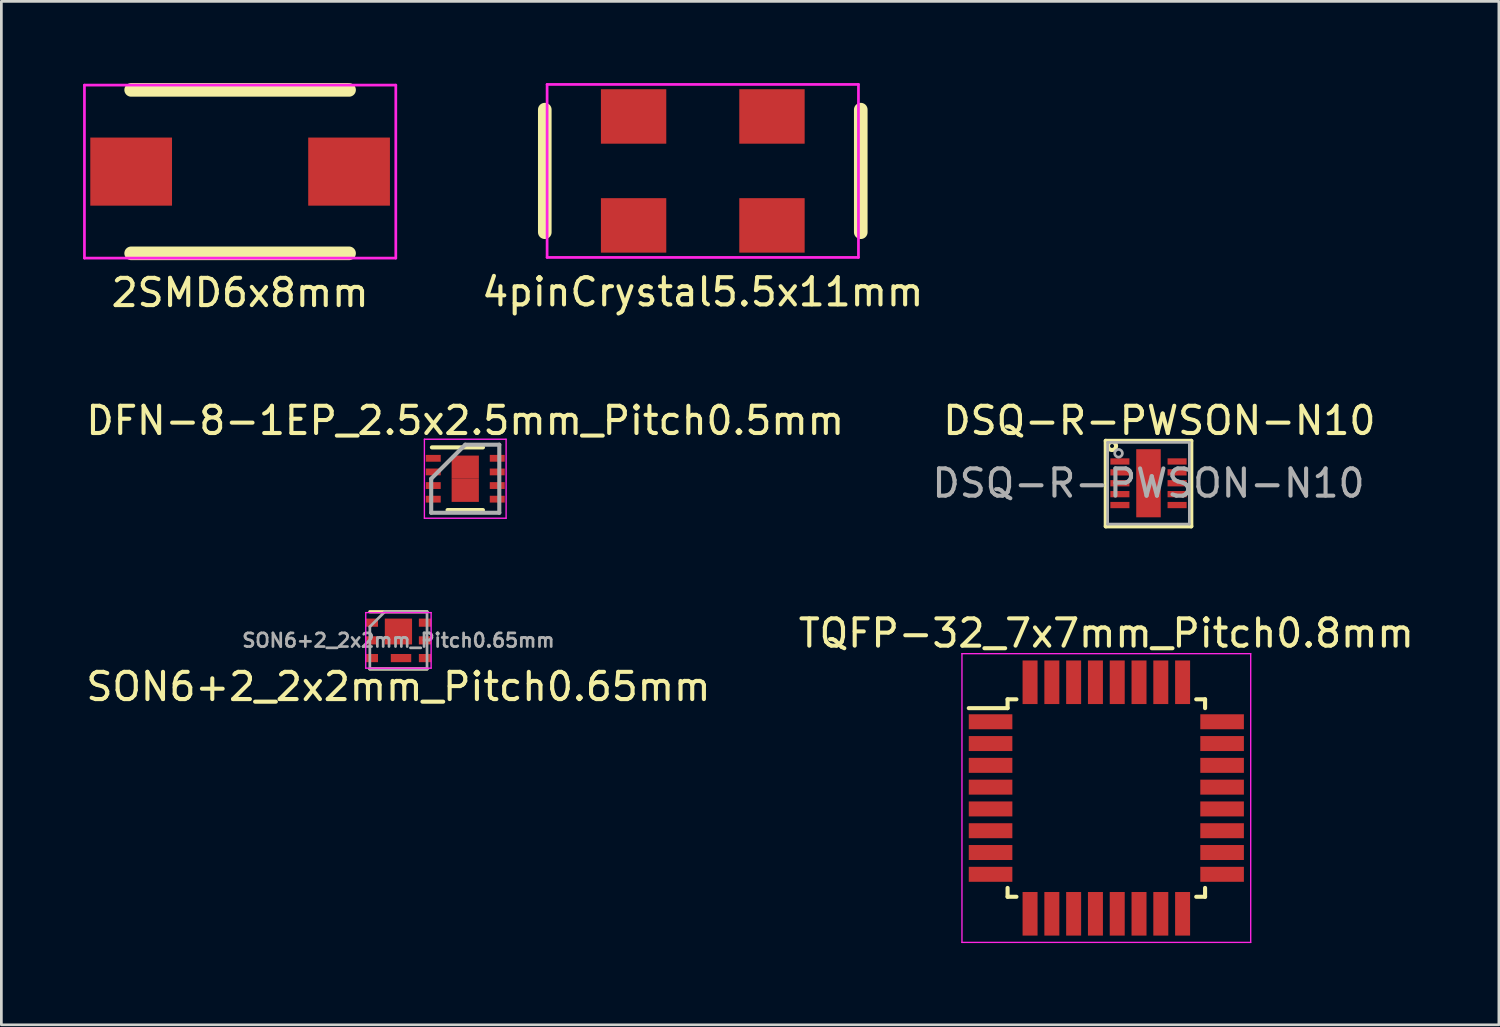
<source format=kicad_pcb>
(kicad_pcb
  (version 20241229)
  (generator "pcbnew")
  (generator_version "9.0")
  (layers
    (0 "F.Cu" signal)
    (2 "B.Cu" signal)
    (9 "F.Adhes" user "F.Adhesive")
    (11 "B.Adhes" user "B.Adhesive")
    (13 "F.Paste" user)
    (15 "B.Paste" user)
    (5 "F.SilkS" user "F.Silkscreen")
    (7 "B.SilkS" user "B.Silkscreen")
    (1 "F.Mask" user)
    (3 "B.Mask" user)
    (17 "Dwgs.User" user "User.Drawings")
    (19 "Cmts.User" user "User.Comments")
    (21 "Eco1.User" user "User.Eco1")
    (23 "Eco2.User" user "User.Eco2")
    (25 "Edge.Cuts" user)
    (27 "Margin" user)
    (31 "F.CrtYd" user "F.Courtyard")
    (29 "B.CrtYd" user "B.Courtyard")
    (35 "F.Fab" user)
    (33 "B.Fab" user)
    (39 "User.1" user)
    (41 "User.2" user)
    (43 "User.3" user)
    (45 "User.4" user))
  (footprint "TQFP-32_7x7mm_Pitch0.8mm"
    (layer "F.Cu")
    (at 37.565 26.247)
    (property "Reference" "TQFP-32_7x7mm_Pitch0.8mm" (at 0 -6.05 0) (layer "F.SilkS") (effects (font (size 1 1) (thickness 0.15))))
    (attr smd)
    (fp_line (start -3.625 -3.625) (end -3.625 -3.3) (stroke (width 0.15) (type solid)) (layer "F.SilkS"))
    (fp_line (start -3.625 -3.625) (end -3.3 -3.625) (stroke (width 0.15) (type solid)) (layer "F.SilkS"))
    (fp_line (start -3.625 -3.3) (end -5.05 -3.3) (stroke (width 0.15) (type solid)) (layer "F.SilkS"))
    (fp_line (start -3.625 3.625) (end -3.625 3.3) (stroke (width 0.15) (type solid)) (layer "F.SilkS"))
    (fp_line (start -3.625 3.625) (end -3.3 3.625) (stroke (width 0.15) (type solid)) (layer "F.SilkS"))
    (fp_line (start 3.625 -3.625) (end 3.3 -3.625) (stroke (width 0.15) (type solid)) (layer "F.SilkS"))
    (fp_line (start 3.625 -3.625) (end 3.625 -3.3) (stroke (width 0.15) (type solid)) (layer "F.SilkS"))
    (fp_line (start 3.625 3.625) (end 3.3 3.625) (stroke (width 0.15) (type solid)) (layer "F.SilkS"))
    (fp_line (start 3.625 3.625) (end 3.625 3.3) (stroke (width 0.15) (type solid)) (layer "F.SilkS"))
    (fp_line (start -5.3 -5.3) (end -5.3 5.3) (stroke (width 0.05) (type solid)) (layer "F.CrtYd"))
    (fp_line (start -5.3 -5.3) (end 5.3 -5.3) (stroke (width 0.05) (type solid)) (layer "F.CrtYd"))
    (fp_line (start -5.3 5.3) (end 5.3 5.3) (stroke (width 0.05) (type solid)) (layer "F.CrtYd"))
    (fp_line (start 5.3 -5.3) (end 5.3 5.3) (stroke (width 0.05) (type solid)) (layer "F.CrtYd"))
    (pad "1" smd rect (at -4.25 -2.8) (size 1.6 0.55) (layers "F.Cu" "F.Mask" "F.Paste"))
    (pad "2" smd rect (at -4.25 -2) (size 1.6 0.55) (layers "F.Cu" "F.Mask" "F.Paste"))
    (pad "3" smd rect (at -4.25 -1.2) (size 1.6 0.55) (layers "F.Cu" "F.Mask" "F.Paste"))
    (pad "4" smd rect (at -4.25 -0.4) (size 1.6 0.55) (layers "F.Cu" "F.Mask" "F.Paste"))
    (pad "5" smd rect (at -4.25 0.4) (size 1.6 0.55) (layers "F.Cu" "F.Mask" "F.Paste"))
    (pad "6" smd rect (at -4.25 1.2) (size 1.6 0.55) (layers "F.Cu" "F.Mask" "F.Paste"))
    (pad "7" smd rect (at -4.25 2) (size 1.6 0.55) (layers "F.Cu" "F.Mask" "F.Paste"))
    (pad "8" smd rect (at -4.25 2.8) (size 1.6 0.55) (layers "F.Cu" "F.Mask" "F.Paste"))
    (pad "9" smd rect (at -2.8 4.25 90) (size 1.6 0.55) (layers "F.Cu" "F.Mask" "F.Paste"))
    (pad "10" smd rect (at -2 4.25 90) (size 1.6 0.55) (layers "F.Cu" "F.Mask" "F.Paste"))
    (pad "11" smd rect (at -1.2 4.25 90) (size 1.6 0.55) (layers "F.Cu" "F.Mask" "F.Paste"))
    (pad "12" smd rect (at -0.4 4.25 90) (size 1.6 0.55) (layers "F.Cu" "F.Mask" "F.Paste"))
    (pad "13" smd rect (at 0.4 4.25 90) (size 1.6 0.55) (layers "F.Cu" "F.Mask" "F.Paste"))
    (pad "14" smd rect (at 1.2 4.25 90) (size 1.6 0.55) (layers "F.Cu" "F.Mask" "F.Paste"))
    (pad "15" smd rect (at 2 4.25 90) (size 1.6 0.55) (layers "F.Cu" "F.Mask" "F.Paste"))
    (pad "16" smd rect (at 2.8 4.25 90) (size 1.6 0.55) (layers "F.Cu" "F.Mask" "F.Paste"))
    (pad "17" smd rect (at 4.25 2.8) (size 1.6 0.55) (layers "F.Cu" "F.Mask" "F.Paste"))
    (pad "18" smd rect (at 4.25 2) (size 1.6 0.55) (layers "F.Cu" "F.Mask" "F.Paste"))
    (pad "19" smd rect (at 4.25 1.2) (size 1.6 0.55) (layers "F.Cu" "F.Mask" "F.Paste"))
    (pad "20" smd rect (at 4.25 0.4) (size 1.6 0.55) (layers "F.Cu" "F.Mask" "F.Paste"))
    (pad "21" smd rect (at 4.25 -0.4) (size 1.6 0.55) (layers "F.Cu" "F.Mask" "F.Paste"))
    (pad "22" smd rect (at 4.25 -1.2) (size 1.6 0.55) (layers "F.Cu" "F.Mask" "F.Paste"))
    (pad "23" smd rect (at 4.25 -2) (size 1.6 0.55) (layers "F.Cu" "F.Mask" "F.Paste"))
    (pad "24" smd rect (at 4.25 -2.8) (size 1.6 0.55) (layers "F.Cu" "F.Mask" "F.Paste"))
    (pad "25" smd rect (at 2.8 -4.25 90) (size 1.6 0.55) (layers "F.Cu" "F.Mask" "F.Paste"))
    (pad "26" smd rect (at 2 -4.25 90) (size 1.6 0.55) (layers "F.Cu" "F.Mask" "F.Paste"))
    (pad "27" smd rect (at 1.2 -4.25 90) (size 1.6 0.55) (layers "F.Cu" "F.Mask" "F.Paste"))
    (pad "28" smd rect (at 0.4 -4.25 90) (size 1.6 0.55) (layers "F.Cu" "F.Mask" "F.Paste"))
    (pad "29" smd rect (at -0.4 -4.25 90) (size 1.6 0.55) (layers "F.Cu" "F.Mask" "F.Paste"))
    (pad "30" smd rect (at -1.2 -4.25 90) (size 1.6 0.55) (layers "F.Cu" "F.Mask" "F.Paste"))
    (pad "31" smd rect (at -2 -4.25 90) (size 1.6 0.55) (layers "F.Cu" "F.Mask" "F.Paste"))
    (pad "32" smd rect (at -2.8 -4.25 90) (size 1.6 0.55) (layers "F.Cu" "F.Mask" "F.Paste")))
  (footprint "2SMD6x8mm"
    (layer "F.Cu")
    (at 5.765 3.25)
    (property "Reference" "2SMD6x8mm" (at 0 4.445 0) (layer "F.SilkS") (effects (font (size 1 1) (thickness 0.15))))
    (attr through_hole)
    (fp_line (start -4 -3) (end 4 -3) (stroke (width 0.5) (type solid)) (layer "F.SilkS"))
    (fp_line (start -4 3) (end 4 3) (stroke (width 0.5) (type solid)) (layer "F.SilkS"))
    (fp_line (start -5.715 -3.175) (end 5.715 -3.175) (stroke (width 0.1) (type solid)) (layer "F.CrtYd"))
    (fp_line (start -5.715 3.175) (end -5.715 -3.175) (stroke (width 0.1) (type solid)) (layer "F.CrtYd"))
    (fp_line (start 5.715 -3.175) (end 5.715 3.175) (stroke (width 0.1) (type solid)) (layer "F.CrtYd"))
    (fp_line (start 5.715 3.175) (end -5.715 3.175) (stroke (width 0.1) (type solid)) (layer "F.CrtYd"))
    (pad "1" smd rect (at 4 0) (size 3 2.5) (layers "F.Cu" "F.Mask" "F.Paste"))
    (pad "2" smd rect (at -4 0) (size 3 2.5) (layers "F.Cu" "F.Mask" "F.Paste")))
  (footprint "DFN-8-1EP_2.5x2.5mm_Pitch0.5mm"
    (layer "F.Cu")
    (at 14.03 14.525)
    (property "Reference" "DFN-8-1EP_2.5x2.5mm_Pitch0.5mm" (at 0 -2.134 0) (layer "F.SilkS") (effects (font (size 1 1) (thickness 0.15))))
    (attr smd)
    (fp_line (start -1.225 -1.15) (end 0.65 -1.15) (stroke (width 0.15) (type solid)) (layer "F.SilkS"))
    (fp_line (start -0.65 1.15) (end 0.65 1.15) (stroke (width 0.15) (type solid)) (layer "F.SilkS"))
    (fp_line (start -1.5 -1.45) (end -1.5 1.45) (stroke (width 0.05) (type solid)) (layer "F.CrtYd"))
    (fp_line (start -1.5 -1.45) (end 1.5 -1.45) (stroke (width 0.05) (type solid)) (layer "F.CrtYd"))
    (fp_line (start -1.5 1.45) (end 1.5 1.45) (stroke (width 0.05) (type solid)) (layer "F.CrtYd"))
    (fp_line (start 1.5 -1.45) (end 1.5 1.45) (stroke (width 0.05) (type solid)) (layer "F.CrtYd"))
    (fp_line (start -1.25 0) (end 0 -1.25) (stroke (width 0.15) (type solid)) (layer "F.Fab"))
    (fp_line (start -1.25 1.25) (end -1.25 0) (stroke (width 0.15) (type solid)) (layer "F.Fab"))
    (fp_line (start 0 -1.25) (end 1.25 -1.25) (stroke (width 0.15) (type solid)) (layer "F.Fab"))
    (fp_line (start 1.25 -1.25) (end 1.25 1.25) (stroke (width 0.15) (type solid)) (layer "F.Fab"))
    (fp_line (start 1.25 1.25) (end -1.25 1.25) (stroke (width 0.15) (type solid)) (layer "F.Fab"))
    (pad "1" smd rect (at -1.175 -0.75) (size 0.55 0.25) (layers "F.Cu" "F.Mask" "F.Paste"))
    (pad "2" smd rect (at -1.175 -0.25) (size 0.55 0.25) (layers "F.Cu" "F.Mask" "F.Paste"))
    (pad "3" smd rect (at -1.175 0.25) (size 0.55 0.25) (layers "F.Cu" "F.Mask" "F.Paste"))
    (pad "4" smd rect (at -1.175 0.75) (size 0.55 0.25) (layers "F.Cu" "F.Mask" "F.Paste"))
    (pad "5" smd rect (at 1.175 0.75) (size 0.55 0.25) (layers "F.Cu" "F.Mask" "F.Paste"))
    (pad "6" smd rect (at 1.175 0.25) (size 0.55 0.25) (layers "F.Cu" "F.Mask" "F.Paste"))
    (pad "7" smd rect (at 1.175 -0.25) (size 0.55 0.25) (layers "F.Cu" "F.Mask" "F.Paste"))
    (pad "8" smd rect (at 1.175 -0.75) (size 0.55 0.25) (layers "F.Cu" "F.Mask" "F.Paste"))
    (pad "9" smd rect (at 0 -0.425) (size 1 0.85) (layers "F.Cu" "F.Mask" "F.Paste"))
    (pad "9" smd rect (at 0 0.425) (size 1 0.85) (layers "F.Cu" "F.Mask" "F.Paste")))
  (footprint "SON6+2_2x2mm_Pitch0.65mm"
    (layer "F.Cu")
    (at 11.577 20.459)
    (property "Reference" "SON6+2_2x2mm_Pitch0.65mm" (at 0 1.7 0) (layer "F.SilkS") (effects (font (size 1 1) (thickness 0.15))))
    (attr smd)
    (fp_line (start -1.05 -1.05) (end 1.05 -1.05) (stroke (width 0.12) (type solid)) (layer "F.SilkS"))
    (fp_line (start -1.05 1.05) (end 1.05 1.05) (stroke (width 0.12) (type solid)) (layer "F.SilkS"))
    (fp_line (start -1.2 1.02) (end -1.2 -1.02) (stroke (width 0.05) (type solid)) (layer "F.CrtYd"))
    (fp_line (start -1.2 1.02) (end 1.2 1.02) (stroke (width 0.05) (type solid)) (layer "F.CrtYd"))
    (fp_line (start 1.2 -1.02) (end -1.2 -1.02) (stroke (width 0.05) (type solid)) (layer "F.CrtYd"))
    (fp_line (start 1.2 -1.02) (end 1.2 1.02) (stroke (width 0.05) (type solid)) (layer "F.CrtYd"))
    (fp_line (start -1.05 -0.5) (end -1.05 1.05) (stroke (width 0.1) (type solid)) (layer "F.Fab"))
    (fp_line (start -1.05 1.05) (end 1.05 1.05) (stroke (width 0.1) (type solid)) (layer "F.Fab"))
    (fp_line (start -0.5 -1.05) (end -1.05 -0.5) (stroke (width 0.1) (type solid)) (layer "F.Fab"))
    (fp_line (start 1.05 -1.05) (end -0.5 -1.05) (stroke (width 0.1) (type solid)) (layer "F.Fab"))
    (fp_line (start 1.05 -1.05) (end 1.05 1.05) (stroke (width 0.1) (type solid)) (layer "F.Fab"))
    (fp_text user "${REFERENCE}" (at 0 0 0) (layer "F.Fab") (effects (font (size 0.5 0.5) (thickness 0.1))))
    (pad "1" smd rect (at -0.975 -0.65 270) (size 0.3 0.45) (layers "F.Cu" "F.Mask" "F.Paste"))
    (pad "2" smd rect (at -0.975 0 270) (size 0.3 0.45) (layers "F.Cu" "F.Mask" "F.Paste"))
    (pad "3" smd rect (at -0.975 0.65 270) (size 0.3 0.45) (layers "F.Cu" "F.Mask" "F.Paste"))
    (pad "4" smd rect (at 0.975 0.65 270) (size 0.3 0.45) (layers "F.Cu" "F.Mask" "F.Paste"))
    (pad "5" smd rect (at 0.975 0 270) (size 0.3 0.45) (layers "F.Cu" "F.Mask" "F.Paste"))
    (pad "6" smd rect (at 0.975 -0.65 270) (size 0.3 0.45) (layers "F.Cu" "F.Mask" "F.Paste"))
    (pad "7" smd rect (at 0.095 0.65 270) (size 0.3 0.75) (layers "F.Cu" "F.Mask" "F.Paste"))
    (pad "8" smd rect (at 0 -0.325 270) (size 0.95 1) (layers "F.Cu" "F.Mask" "F.Paste")))
  (footprint "4pinCrystal5.5x11mm"
    (layer "F.Cu")
    (at 22.75 3.225)
    (property "Reference" "4pinCrystal5.5x11mm" (at 0 4.445 0) (layer "F.SilkS") (effects (font (size 1 1) (thickness 0.15))))
    (attr through_hole)
    (fp_line (start -5.8 -2.25) (end -5.8 2.25) (stroke (width 0.5) (type solid)) (layer "F.SilkS"))
    (fp_line (start 5.8 -2.25) (end 5.8 2.25) (stroke (width 0.5) (type solid)) (layer "F.SilkS"))
    (fp_line (start -5.715 -3.175) (end -5.715 3.175) (stroke (width 0.1) (type solid)) (layer "F.CrtYd"))
    (fp_line (start 5.715 -3.175) (end -5.715 -3.175) (stroke (width 0.1) (type solid)) (layer "F.CrtYd"))
    (fp_line (start 5.715 -3.175) (end 5.715 3.175) (stroke (width 0.1) (type solid)) (layer "F.CrtYd"))
    (fp_line (start 5.715 3.175) (end -5.715 3.175) (stroke (width 0.1) (type solid)) (layer "F.CrtYd"))
    (pad "1" smd rect (at -2.54 -2) (size 2.4 2) (layers "F.Cu" "F.Mask" "F.Paste"))
    (pad "1" smd rect (at -2.54 2) (size 2.4 2) (layers "F.Cu" "F.Mask" "F.Paste"))
    (pad "2" smd rect (at 2.54 -2) (size 2.4 2) (layers "F.Cu" "F.Mask" "F.Paste"))
    (pad "2" smd rect (at 2.54 2) (size 2.4 2) (layers "F.Cu" "F.Mask" "F.Paste")))
  (footprint "DSQ-R-PWSON-N10"
    (layer "F.Cu")
    (at 39.113 14.691)
    (property "Reference" "DSQ-R-PWSON-N10" (at 0.4 -2.3 0) (layer "F.SilkS") (effects (font (size 1 1) (thickness 0.15))))
    (attr through_hole)
    (fp_line (start -1.569 -1.558) (end -1.569 1.582) (stroke (width 0.15) (type solid)) (layer "F.SilkS"))
    (fp_line (start -1.569 1.582) (end 1.571 1.582) (stroke (width 0.15) (type solid)) (layer "F.SilkS"))
    (fp_line (start 1.571 -1.558) (end -1.569 -1.558) (stroke (width 0.15) (type solid)) (layer "F.SilkS"))
    (fp_line (start 1.571 1.582) (end 1.571 -1.558) (stroke (width 0.15) (type solid)) (layer "F.SilkS"))
    (fp_circle (center -1.339 -1.368) (end -1.409 -1.388) (stroke (width 0.15) (type solid)) (fill no) (layer "F.SilkS"))
    (fp_line (start -1.5 -1.5) (end 1.5 -1.5) (stroke (width 0.1) (type solid)) (layer "F.Fab"))
    (fp_line (start -1.5 1.5) (end -1.5 -1.5) (stroke (width 0.1) (type solid)) (layer "F.Fab"))
    (fp_line (start 1.5 -1.5) (end 1.5 1.5) (stroke (width 0.1) (type solid)) (layer "F.Fab"))
    (fp_line (start 1.5 1.5) (end -1.5 1.5) (stroke (width 0.1) (type solid)) (layer "F.Fab"))
    (fp_circle (center -1.1 -1.1) (end -1 -1) (stroke (width 0.1) (type solid)) (fill no) (layer "F.Fab"))
    (fp_text user "${REFERENCE}" (at 0 0 0) (layer "F.Fab") (effects (font (size 1 1) (thickness 0.15))))
    (pad "1" smd rect (at -1.05 -0.8 270) (size 0.23 0.7) (layers "F.Cu" "F.Mask" "F.Paste"))
    (pad "2" smd rect (at -1.05 -0.4 270) (size 0.23 0.7) (layers "F.Cu" "F.Mask" "F.Paste"))
    (pad "3" smd rect (at -1.05 0 270) (size 0.23 0.7) (layers "F.Cu" "F.Mask" "F.Paste"))
    (pad "4" smd rect (at -1.05 0.4 270) (size 0.23 0.7) (layers "F.Cu" "F.Mask" "F.Paste"))
    (pad "5" smd rect (at -1.05 0.8 270) (size 0.23 0.7) (layers "F.Cu" "F.Mask" "F.Paste"))
    (pad "6" smd rect (at 1.05 0.8 270) (size 0.23 0.7) (layers "F.Cu" "F.Mask" "F.Paste"))
    (pad "7" smd rect (at 1.05 0.4 270) (size 0.23 0.7) (layers "F.Cu" "F.Mask" "F.Paste"))
    (pad "8" smd rect (at 1.05 0 270) (size 0.23 0.7) (layers "F.Cu" "F.Mask" "F.Paste"))
    (pad "9" smd rect (at 1.05 -0.4 270) (size 0.23 0.7) (layers "F.Cu" "F.Mask" "F.Paste"))
    (pad "10" smd rect (at 1.05 -0.8 270) (size 0.23 0.7) (layers "F.Cu" "F.Mask" "F.Paste"))
    (pad "11" smd rect (at 0 0 270) (size 2.5 0.9) (layers "F.Cu" "F.Mask" "F.Paste")))
  (gr_rect
    (start -3 -3)
    (end 51.976 34.572)
    (stroke (width 0.1) (type default))
    (fill no)
    (layer "Edge.Cuts")))
</source>
